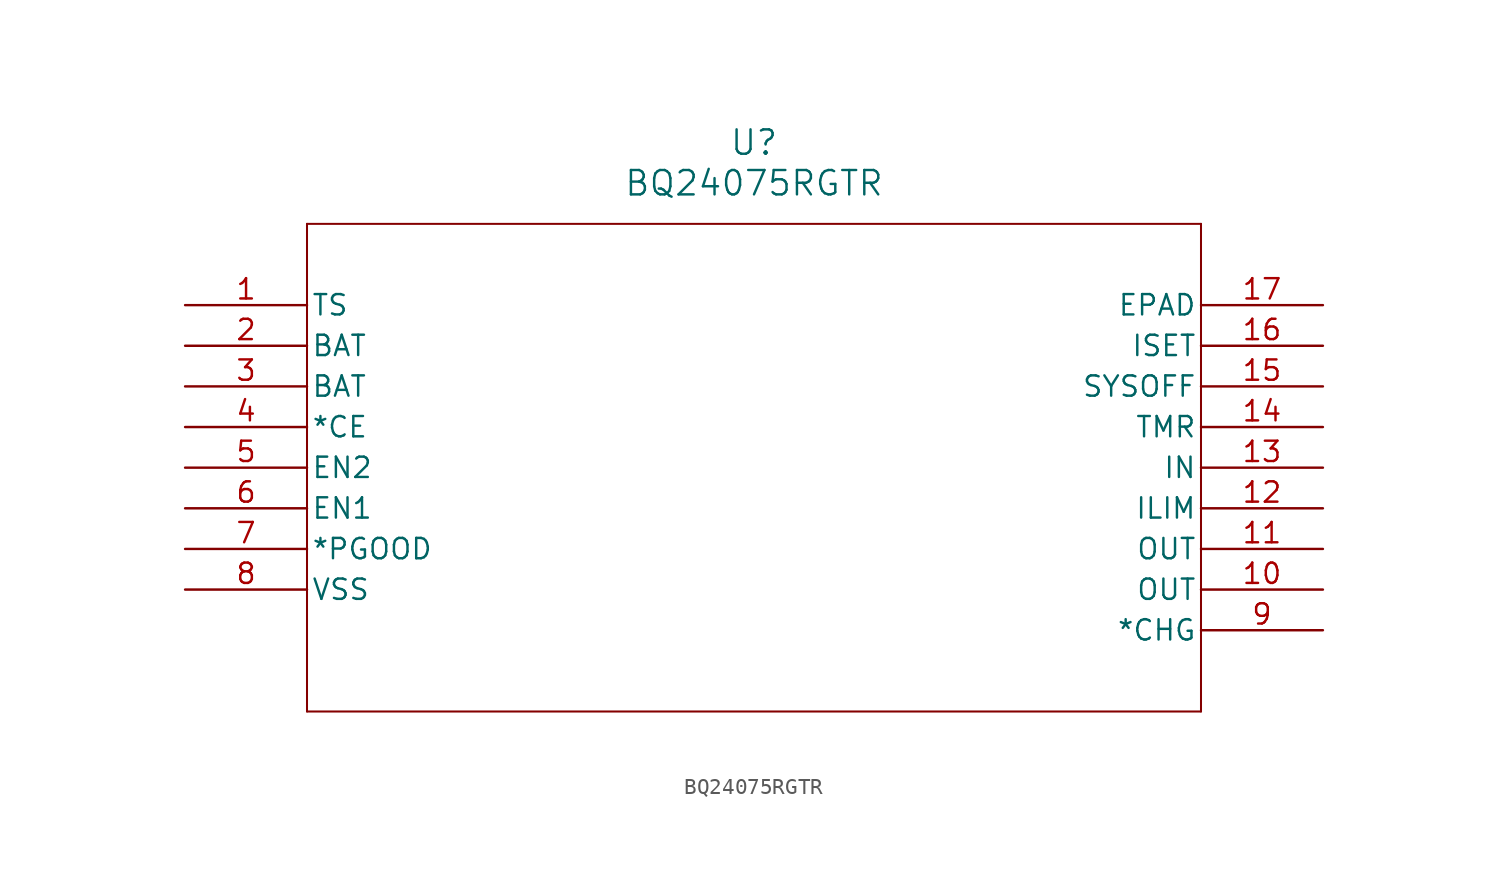
<source format=kicad_sym>
(kicad_symbol_lib
  (version 20211014)
  (generator kicad_symbol_editor)
  (symbol "BQ24075RGTR"
    (pin_names
      (offset 0.254))
    (property "Reference" "U"
      (at 35.56 10.16 0)
      (effects (font (size 1.524 1.524))))
    (property "Value" "BQ24075RGTR"
      (at 35.56 7.62 0)
      (effects (font (size 1.524 1.524))))
    (symbol "BQ24075RGTR_0_1"
      (polyline (pts (xy 7.62 5.08) (xy 7.62 -25.4)) (stroke (width 0.127) (type default) (color 0 0 0 0)) (fill (type none)))
      (polyline (pts (xy 7.62 -25.4) (xy 63.5 -25.4)) (stroke (width 0.127) (type default) (color 0 0 0 0)) (fill (type none)))
      (polyline (pts (xy 63.5 -25.4) (xy 63.5 5.08)) (stroke (width 0.127) (type default) (color 0 0 0 0)) (fill (type none)))
      (polyline (pts (xy 63.5 5.08) (xy 7.62 5.08)) (stroke (width 0.127) (type default) (color 0 0 0 0)) (fill (type none)))
      (pin input line (at 0 0 0) (length 7.62) (name "TS" (effects (font (size 1.27 1.27)))) (number "1" (effects (font (size 1.27 1.27)))))
      (pin bidirectional line (at 0 -2.54 0) (length 7.62) (name "BAT" (effects (font (size 1.27 1.27)))) (number "2" (effects (font (size 1.27 1.27)))))
      (pin bidirectional line (at 0 -5.08 0) (length 7.62) (name "BAT" (effects (font (size 1.27 1.27)))) (number "3" (effects (font (size 1.27 1.27)))))
      (pin input line (at 0 -7.62 0) (length 7.62) (name "*CE" (effects (font (size 1.27 1.27)))) (number "4" (effects (font (size 1.27 1.27)))))
      (pin input line (at 0 -10.16 0) (length 7.62) (name "EN2" (effects (font (size 1.27 1.27)))) (number "5" (effects (font (size 1.27 1.27)))))
      (pin input line (at 0 -12.7 0) (length 7.62) (name "EN1" (effects (font (size 1.27 1.27)))) (number "6" (effects (font (size 1.27 1.27)))))
      (pin output line (at 0 -15.24 0) (length 7.62) (name "*PGOOD" (effects (font (size 1.27 1.27)))) (number "7" (effects (font (size 1.27 1.27)))))
      (pin power_in line (at 0 -17.78 0) (length 7.62) (name "VSS" (effects (font (size 1.27 1.27)))) (number "8" (effects (font (size 1.27 1.27)))))
      (pin output line (at 71.12 -20.32 180) (length 7.62) (name "*CHG" (effects (font (size 1.27 1.27)))) (number "9" (effects (font (size 1.27 1.27)))))
      (pin output line (at 71.12 -17.78 180) (length 7.62) (name "OUT" (effects (font (size 1.27 1.27)))) (number "10" (effects (font (size 1.27 1.27)))))
      (pin output line (at 71.12 -15.24 180) (length 7.62) (name "OUT" (effects (font (size 1.27 1.27)))) (number "11" (effects (font (size 1.27 1.27)))))
      (pin input line (at 71.12 -12.7 180) (length 7.62) (name "ILIM" (effects (font (size 1.27 1.27)))) (number "12" (effects (font (size 1.27 1.27)))))
      (pin input line (at 71.12 -10.16 180) (length 7.62) (name "IN" (effects (font (size 1.27 1.27)))) (number "13" (effects (font (size 1.27 1.27)))))
      (pin input line (at 71.12 -7.62 180) (length 7.62) (name "TMR" (effects (font (size 1.27 1.27)))) (number "14" (effects (font (size 1.27 1.27)))))
      (pin input line (at 71.12 -5.08 180) (length 7.62) (name "SYSOFF" (effects (font (size 1.27 1.27)))) (number "15" (effects (font (size 1.27 1.27)))))
      (pin bidirectional line (at 71.12 -2.54 180) (length 7.62) (name "ISET" (effects (font (size 1.27 1.27)))) (number "16" (effects (font (size 1.27 1.27)))))
      (pin power_in line (at 71.12 0 180) (length 7.62) (name "EPAD" (effects (font (size 1.27 1.27)))) (number "17" (effects (font (size 1.27 1.27))))))))
</source>
